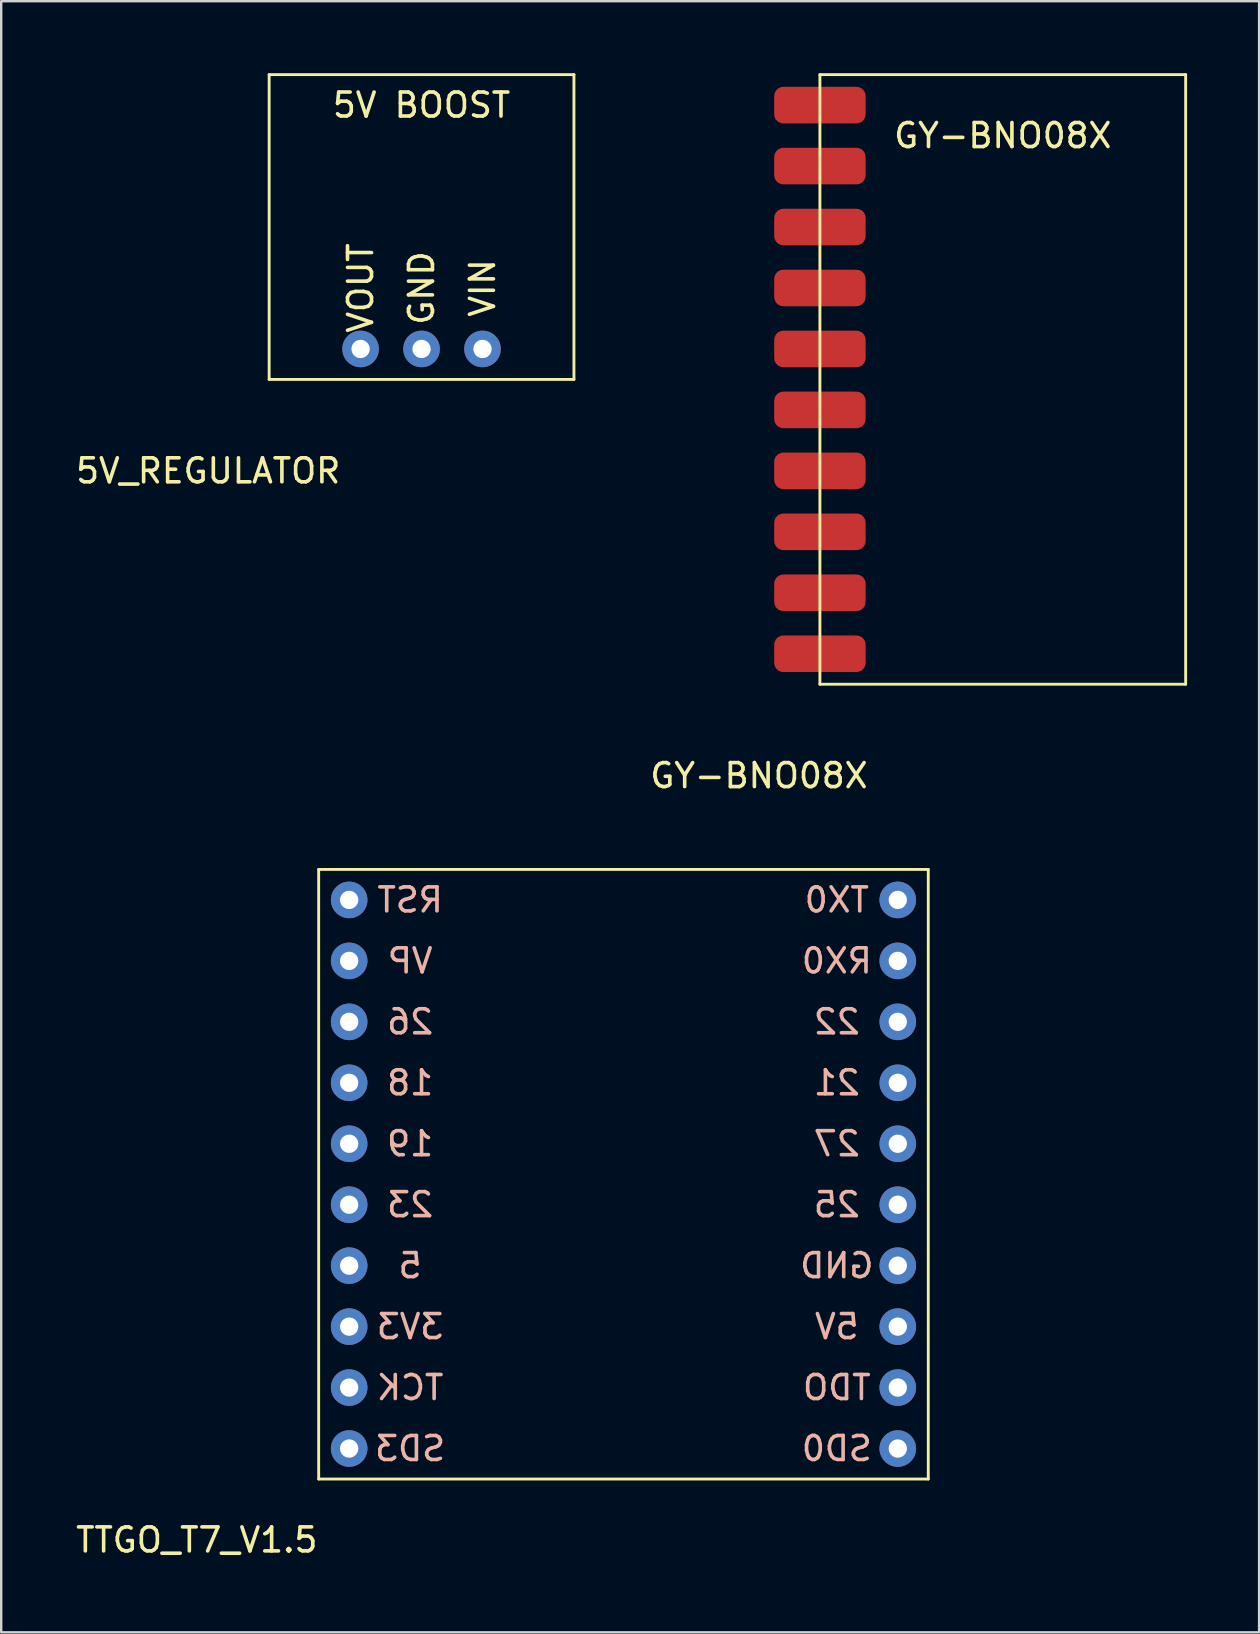
<source format=kicad_pcb>
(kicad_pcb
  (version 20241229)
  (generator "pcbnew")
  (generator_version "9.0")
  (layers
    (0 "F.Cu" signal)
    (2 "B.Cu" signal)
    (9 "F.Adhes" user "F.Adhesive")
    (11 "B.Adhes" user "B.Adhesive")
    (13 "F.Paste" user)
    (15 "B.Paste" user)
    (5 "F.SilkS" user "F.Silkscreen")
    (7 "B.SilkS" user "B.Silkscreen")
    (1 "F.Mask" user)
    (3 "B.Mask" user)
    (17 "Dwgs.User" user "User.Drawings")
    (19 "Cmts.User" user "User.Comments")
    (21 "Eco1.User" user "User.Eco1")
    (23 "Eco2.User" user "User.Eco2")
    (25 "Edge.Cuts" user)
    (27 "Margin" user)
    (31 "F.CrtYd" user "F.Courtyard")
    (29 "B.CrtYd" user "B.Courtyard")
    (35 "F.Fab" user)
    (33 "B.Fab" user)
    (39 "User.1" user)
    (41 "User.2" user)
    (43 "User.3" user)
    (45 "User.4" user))
  (footprint "5V_REGULATOR"
    (layer "F.Cu")
    (at 8.165 12.76)
    (property "Reference" "5V_REGULATOR" (at -2.54 3.81 0) (layer "F.SilkS") (effects (font (size 1 1) (thickness 0.15))))
    (attr through_hole)
    (fp_line (start 0 -12.7) (end 0 0) (stroke (width 0.12) (type solid)) (layer "F.SilkS"))
    (fp_line (start 0 0) (end 12.7 0) (stroke (width 0.12) (type solid)) (layer "F.SilkS"))
    (fp_line (start 12.7 -12.7) (end 0 -12.7) (stroke (width 0.12) (type solid)) (layer "F.SilkS"))
    (fp_line (start 12.7 0) (end 12.7 -12.7) (stroke (width 0.12) (type solid)) (layer "F.SilkS"))
    (fp_text user "VOUT" (at 3.81 -3.81 90) (layer "F.SilkS") (effects (font (size 1 1) (thickness 0.15))))
    (fp_text user "GND" (at 6.35 -3.81 90) (layer "F.SilkS") (effects (font (size 1 1) (thickness 0.15))))
    (fp_text user "VIN" (at 8.89 -3.81 90) (layer "F.SilkS") (effects (font (size 1 1) (thickness 0.15))))
    (fp_text user "5V BOOST" (at 6.35 -11.43 0) (layer "F.SilkS") (effects (font (size 1 1) (thickness 0.15))))
    (pad "1" thru_hole circle (at 8.89 -1.27) (size 1.524 1.524) (drill 0.762) (layers "*.Cu" "*.Mask"))
    (pad "2" thru_hole circle (at 6.35 -1.27) (size 1.524 1.524) (drill 0.762) (layers "*.Cu" "*.Mask"))
    (pad "3" thru_hole circle (at 3.81 -1.27) (size 1.524 1.524) (drill 0.762) (layers "*.Cu" "*.Mask")))
  (footprint "TTGO_T7_V1.5"
    (layer "F.Cu")
    (at 10.229 58.578)
    (property "Reference" "TTGO_T7_V1.5" (at -5.08 2.54 0) (layer "F.SilkS") (effects (font (size 1 1) (thickness 0.15))))
    (attr through_hole)
    (fp_line (start 0 -25.4) (end 0 0) (stroke (width 0.12) (type solid)) (layer "F.SilkS"))
    (fp_line (start 0 0) (end 25.4 0) (stroke (width 0.12) (type solid)) (layer "F.SilkS"))
    (fp_line (start 25.4 -25.4) (end 0 -25.4) (stroke (width 0.12) (type solid)) (layer "F.SilkS"))
    (fp_line (start 25.4 0) (end 25.4 -25.4) (stroke (width 0.12) (type solid)) (layer "F.SilkS"))
    (fp_text user "RX0" (at 21.59 -21.59 0) (layer "B.SilkS") (effects (font (size 1 1) (thickness 0.15)) (justify mirror)))
    (fp_text user "21" (at 21.59 -16.51 0) (layer "B.SilkS") (effects (font (size 1 1) (thickness 0.15)) (justify mirror)))
    (fp_text user "GND" (at 21.59 -8.89 0) (layer "B.SilkS") (effects (font (size 1 1) (thickness 0.15)) (justify mirror)))
    (fp_text user "27" (at 21.59 -13.97 0) (layer "B.SilkS") (effects (font (size 1 1) (thickness 0.15)) (justify mirror)))
    (fp_text user "TX0" (at 21.59 -24.13 0) (layer "B.SilkS") (effects (font (size 1 1) (thickness 0.15)) (justify mirror)))
    (fp_text user "3V3" (at 3.81 -6.35 0) (layer "B.SilkS") (effects (font (size 1 1) (thickness 0.15)) (justify mirror)))
    (fp_text user "SD3" (at 3.81 -1.27 0) (layer "B.SilkS") (effects (font (size 1 1) (thickness 0.15)) (justify mirror)))
    (fp_text user "RST" (at 3.81 -24.13 0) (layer "B.SilkS") (effects (font (size 1 1) (thickness 0.15)) (justify mirror)))
    (fp_text user "SD0" (at 21.59 -1.27 0) (layer "B.SilkS") (effects (font (size 1 1) (thickness 0.15)) (justify mirror)))
    (fp_text user "26" (at 3.81 -19.05 0) (layer "B.SilkS") (effects (font (size 1 1) (thickness 0.15)) (justify mirror)))
    (fp_text user "5" (at 3.81 -8.89 0) (layer "B.SilkS") (effects (font (size 1 1) (thickness 0.15)) (justify mirror)))
    (fp_text user "5V" (at 21.59 -6.35 0) (layer "B.SilkS") (effects (font (size 1 1) (thickness 0.15)) (justify mirror)))
    (fp_text user "TCK" (at 3.81 -3.81 0) (layer "B.SilkS") (effects (font (size 1 1) (thickness 0.15)) (justify mirror)))
    (fp_text user "TDO" (at 21.59 -3.81 0) (layer "B.SilkS") (effects (font (size 1 1) (thickness 0.15)) (justify mirror)))
    (fp_text user "VP" (at 3.81 -21.59 0) (layer "B.SilkS") (effects (font (size 1 1) (thickness 0.15)) (justify mirror)))
    (fp_text user "18" (at 3.81 -16.51 0) (layer "B.SilkS") (effects (font (size 1 1) (thickness 0.15)) (justify mirror)))
    (fp_text user "25" (at 21.59 -11.43 0) (layer "B.SilkS") (effects (font (size 1 1) (thickness 0.15)) (justify mirror)))
    (fp_text user "19" (at 3.81 -13.97 0) (layer "B.SilkS") (effects (font (size 1 1) (thickness 0.15)) (justify mirror)))
    (fp_text user "23" (at 3.81 -11.43 0) (layer "B.SilkS") (effects (font (size 1 1) (thickness 0.15)) (justify mirror)))
    (fp_text user "22" (at 21.59 -19.05 0) (layer "B.SilkS") (effects (font (size 1 1) (thickness 0.15)) (justify mirror)))
    (pad "1" thru_hole circle (at 1.27 -1.27) (size 1.524 1.524) (drill 0.762) (layers "*.Cu" "*.Mask"))
    (pad "2" thru_hole circle (at 1.27 -3.81) (size 1.524 1.524) (drill 0.762) (layers "*.Cu" "*.Mask"))
    (pad "3" thru_hole circle (at 1.27 -6.35) (size 1.524 1.524) (drill 0.762) (layers "*.Cu" "*.Mask"))
    (pad "4" thru_hole circle (at 1.27 -8.89) (size 1.524 1.524) (drill 0.762) (layers "*.Cu" "*.Mask"))
    (pad "5" thru_hole circle (at 1.27 -11.43) (size 1.524 1.524) (drill 0.762) (layers "*.Cu" "*.Mask"))
    (pad "6" thru_hole circle (at 1.27 -13.97) (size 1.524 1.524) (drill 0.762) (layers "*.Cu" "*.Mask"))
    (pad "7" thru_hole circle (at 1.27 -16.51) (size 1.524 1.524) (drill 0.762) (layers "*.Cu" "*.Mask"))
    (pad "8" thru_hole circle (at 1.27 -19.05) (size 1.524 1.524) (drill 0.762) (layers "*.Cu" "*.Mask"))
    (pad "9" thru_hole circle (at 1.27 -21.59) (size 1.524 1.524) (drill 0.762) (layers "*.Cu" "*.Mask"))
    (pad "10" thru_hole circle (at 1.27 -24.13) (size 1.524 1.524) (drill 0.762) (layers "*.Cu" "*.Mask"))
    (pad "11" thru_hole circle (at 24.13 -24.13) (size 1.524 1.524) (drill 0.762) (layers "*.Cu" "*.Mask"))
    (pad "12" thru_hole circle (at 24.13 -21.59) (size 1.524 1.524) (drill 0.762) (layers "*.Cu" "*.Mask"))
    (pad "13" thru_hole circle (at 24.13 -19.05) (size 1.524 1.524) (drill 0.762) (layers "*.Cu" "*.Mask"))
    (pad "14" thru_hole circle (at 24.13 -16.51) (size 1.524 1.524) (drill 0.762) (layers "*.Cu" "*.Mask"))
    (pad "15" thru_hole circle (at 24.13 -13.97) (size 1.524 1.524) (drill 0.762) (layers "*.Cu" "*.Mask"))
    (pad "16" thru_hole circle (at 24.13 -11.43) (size 1.524 1.524) (drill 0.762) (layers "*.Cu" "*.Mask"))
    (pad "17" thru_hole circle (at 24.13 -8.89) (size 1.524 1.524) (drill 0.762) (layers "*.Cu" "*.Mask"))
    (pad "18" thru_hole circle (at 24.13 -6.35) (size 1.524 1.524) (drill 0.762) (layers "*.Cu" "*.Mask"))
    (pad "19" thru_hole circle (at 24.13 -3.81) (size 1.524 1.524) (drill 0.762) (layers "*.Cu" "*.Mask"))
    (pad "20" thru_hole circle (at 24.13 -1.27) (size 1.524 1.524) (drill 0.762) (layers "*.Cu" "*.Mask")))
  (footprint "GY-BNO08X"
    (layer "F.Cu")
    (at 31.114 25.46)
    (property "Reference" "GY-BNO08X" (at -2.54 3.81 0) (layer "F.SilkS") (effects (font (size 1 1) (thickness 0.15))))
    (attr through_hole)
    (fp_line (start 0 -25.4) (end 0 0) (stroke (width 0.12) (type solid)) (layer "F.SilkS"))
    (fp_line (start 0 0) (end 15.24 0) (stroke (width 0.12) (type solid)) (layer "F.SilkS"))
    (fp_line (start 15.24 -25.4) (end 0 -25.4) (stroke (width 0.12) (type solid)) (layer "F.SilkS"))
    (fp_line (start 15.24 0) (end 15.24 -25.4) (stroke (width 0.12) (type solid)) (layer "F.SilkS"))
    (fp_text user "GY-BNO08X" (at 7.62 -22.86 0) (layer "F.SilkS") (effects (font (size 1 1) (thickness 0.15))))
    (pad "1" smd roundrect (at 0 -24.13) (size 3.81 1.524) (layers "F.Cu" "F.Mask" "F.Paste") (roundrect_rratio 0.25))
    (pad "2" smd roundrect (at 0 -21.59) (size 3.81 1.524) (layers "F.Cu" "F.Mask" "F.Paste") (roundrect_rratio 0.25))
    (pad "3" smd roundrect (at 0 -19.05) (size 3.81 1.524) (layers "F.Cu" "F.Mask" "F.Paste") (roundrect_rratio 0.25))
    (pad "4" smd roundrect (at 0 -16.51) (size 3.81 1.524) (layers "F.Cu" "F.Mask" "F.Paste") (roundrect_rratio 0.25))
    (pad "5" smd roundrect (at 0 -13.97) (size 3.81 1.524) (layers "F.Cu" "F.Mask" "F.Paste") (roundrect_rratio 0.25))
    (pad "6" smd roundrect (at 0 -11.43) (size 3.81 1.524) (layers "F.Cu" "F.Mask" "F.Paste") (roundrect_rratio 0.25))
    (pad "7" smd roundrect (at 0 -8.89) (size 3.81 1.524) (layers "F.Cu" "F.Mask" "F.Paste") (roundrect_rratio 0.25))
    (pad "8" smd roundrect (at 0 -6.35) (size 3.81 1.524) (layers "F.Cu" "F.Mask" "F.Paste") (roundrect_rratio 0.25))
    (pad "9" smd roundrect (at 0 -3.81) (size 3.81 1.524) (layers "F.Cu" "F.Mask" "F.Paste") (roundrect_rratio 0.25))
    (pad "10" smd roundrect (at 0 -1.27) (size 3.81 1.524) (layers "F.Cu" "F.Mask" "F.Paste") (roundrect_rratio 0.25)))
  (gr_rect
    (start -3 -3)
    (end 49.414 64.966)
    (stroke (width 0.1) (type default))
    (fill no)
    (layer "Edge.Cuts")))
</source>
